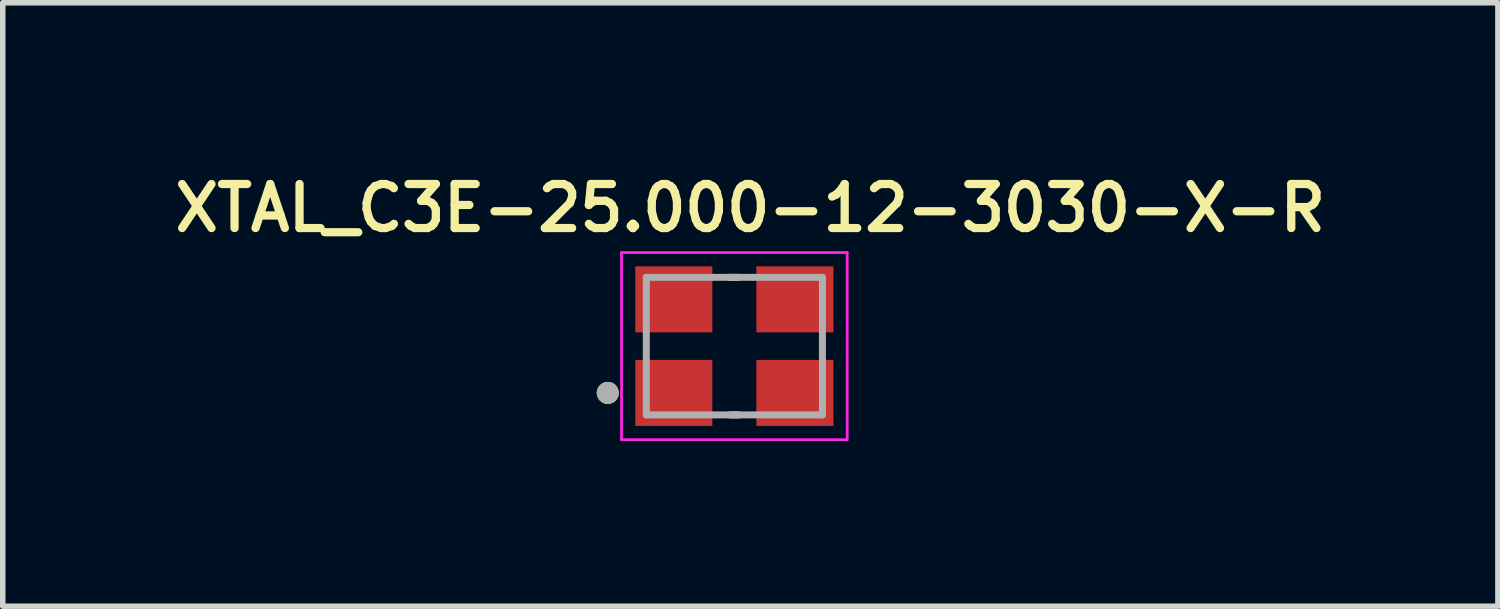
<source format=kicad_pcb>
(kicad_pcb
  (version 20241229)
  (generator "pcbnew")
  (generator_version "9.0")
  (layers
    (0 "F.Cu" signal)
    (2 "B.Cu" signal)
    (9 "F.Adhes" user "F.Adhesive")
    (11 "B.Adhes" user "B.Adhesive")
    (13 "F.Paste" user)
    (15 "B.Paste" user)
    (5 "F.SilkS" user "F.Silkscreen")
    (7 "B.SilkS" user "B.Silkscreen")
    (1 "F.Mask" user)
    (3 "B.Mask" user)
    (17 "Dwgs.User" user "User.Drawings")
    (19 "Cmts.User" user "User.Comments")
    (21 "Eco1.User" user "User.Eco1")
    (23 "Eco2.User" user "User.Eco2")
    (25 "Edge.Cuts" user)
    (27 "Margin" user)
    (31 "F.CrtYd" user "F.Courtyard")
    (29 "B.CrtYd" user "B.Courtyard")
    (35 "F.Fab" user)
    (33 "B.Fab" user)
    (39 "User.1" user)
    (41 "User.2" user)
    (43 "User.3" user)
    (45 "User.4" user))
  (footprint "XTAL_C3E-25.000-12-3030-X-R"
    (layer "F.Cu")
    (at 10.293 3.239)
    (property "Reference" "XTAL_C3E-25.000-12-3030-X-R" (at 0.29 -2.508 0) (layer "F.SilkS") (effects (font (size 0.8 0.8) (thickness 0.15))))
    (attr smd)
    (fp_line (start -0.08 -1.25) (end 0.08 -1.25) (stroke (width 0.127) (type solid)) (layer "F.SilkS"))
    (fp_line (start -0.08 1.25) (end 0.08 1.25) (stroke (width 0.127) (type solid)) (layer "F.SilkS"))
    (fp_circle (center -2.3 0.85) (end -2.2 0.85) (stroke (width 0.2) (type solid)) (fill no) (layer "F.SilkS"))
    (fp_line (start -2.05 -1.7) (end 2.05 -1.7) (stroke (width 0.05) (type solid)) (layer "F.CrtYd"))
    (fp_line (start -2.05 1.7) (end -2.05 -1.7) (stroke (width 0.05) (type solid)) (layer "F.CrtYd"))
    (fp_line (start -2.05 1.7) (end 2.05 1.7) (stroke (width 0.05) (type solid)) (layer "F.CrtYd"))
    (fp_line (start 2.05 -1.7) (end 2.05 1.7) (stroke (width 0.05) (type solid)) (layer "F.CrtYd"))
    (fp_line (start -1.6 -1.25) (end 1.6 -1.25) (stroke (width 0.127) (type solid)) (layer "F.Fab"))
    (fp_line (start -1.6 1.25) (end -1.6 -1.25) (stroke (width 0.127) (type solid)) (layer "F.Fab"))
    (fp_line (start -1.6 1.25) (end 1.6 1.25) (stroke (width 0.127) (type solid)) (layer "F.Fab"))
    (fp_line (start 1.6 -1.25) (end 1.6 1.25) (stroke (width 0.127) (type solid)) (layer "F.Fab"))
    (fp_circle (center -2.3 0.85) (end -2.2 0.85) (stroke (width 0.2) (type solid)) (fill no) (layer "F.Fab"))
    (pad "1" smd rect (at -1.1 0.85) (size 1.4 1.2) (layers "F.Cu" "F.Mask" "F.Paste"))
    (pad "2" smd rect (at 1.1 0.85) (size 1.4 1.2) (layers "F.Cu" "F.Mask" "F.Paste"))
    (pad "3" smd rect (at 1.1 -0.85) (size 1.4 1.2) (layers "F.Cu" "F.Mask" "F.Paste"))
    (pad "4" smd rect (at -1.1 -0.85) (size 1.4 1.2) (layers "F.Cu" "F.Mask" "F.Paste")))
  (gr_rect
    (start -3 -3)
    (end 24.166 7.964)
    (stroke (width 0.1) (type default))
    (fill no)
    (layer "Edge.Cuts")))
</source>
